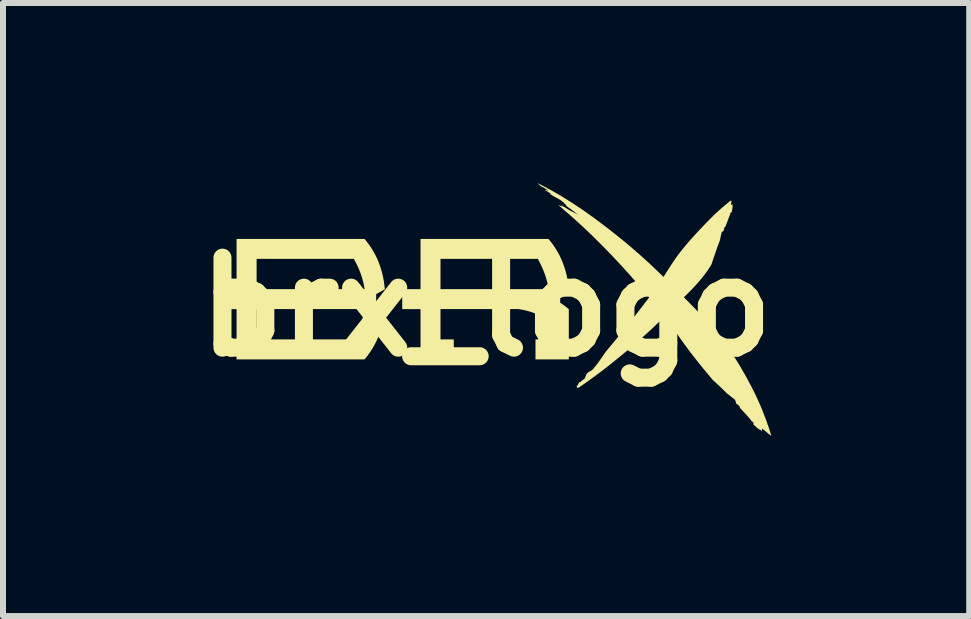
<source format=kicad_pcb>
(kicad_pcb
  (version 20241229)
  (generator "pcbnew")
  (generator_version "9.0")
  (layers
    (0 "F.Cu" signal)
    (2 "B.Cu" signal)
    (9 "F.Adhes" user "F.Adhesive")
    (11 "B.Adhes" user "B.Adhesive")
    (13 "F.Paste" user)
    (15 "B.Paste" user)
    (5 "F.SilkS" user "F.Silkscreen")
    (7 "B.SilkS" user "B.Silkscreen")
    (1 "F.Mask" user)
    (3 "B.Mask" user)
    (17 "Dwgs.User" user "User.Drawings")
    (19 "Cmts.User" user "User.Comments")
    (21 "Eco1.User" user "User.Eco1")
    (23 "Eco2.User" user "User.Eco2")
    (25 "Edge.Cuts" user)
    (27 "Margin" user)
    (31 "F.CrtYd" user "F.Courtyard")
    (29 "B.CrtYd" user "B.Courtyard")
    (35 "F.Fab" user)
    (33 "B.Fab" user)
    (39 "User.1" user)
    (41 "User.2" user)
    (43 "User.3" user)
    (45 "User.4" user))
  (footprint "brx_logo"
    (layer "F.Cu")
    (at 5.05 2.065)
    (property "Reference" "brx_logo" (at 0 0 0) (layer "F.SilkS") (effects (font (size 1.5 1.5) (thickness 0.3))))
    (attr board_only exclude_from_pos_files exclude_from_bom)
    (fp_poly (pts (xy 1.075 -1.09) (xy 1.109 -1.045) (xy 1.141 -0.999) (xy 1.171 -0.952) (xy 1.2 -0.903) (xy 1.226 -0.854) (xy 1.25 -0.803) (xy 1.272 -0.751) (xy 1.292 -0.698) (xy 1.31 -0.644) (xy 1.327 -0.589) (xy 1.341 -0.533) (xy 1.353 -0.475) (xy 1.363 -0.416) (xy 1.372 -0.356) (xy 1.378 -0.295) (xy 1.234 -0.214) (xy 1.234 -0.071) (xy 1.252 -0.059) (xy 1.271 -0.046) (xy 1.289 -0.033) (xy 1.307 -0.02) (xy 1.325 -0.006) (xy 1.343 0.008) (xy 1.36 0.022) (xy 1.378 0.036) (xy 1.378 0.874) (xy 0.823 0.874) (xy 0.823 0.54) (xy 1.045 0.54) (xy 1.045 0.214) (xy 1.013 0.197) (xy 0.981 0.18) (xy 0.95 0.164) (xy 0.918 0.15) (xy 0.887 0.135) (xy 0.855 0.122) (xy 0.823 0.11) (xy 0.792 0.098) (xy 0.76 0.087) (xy 0.729 0.077) (xy 0.697 0.068) (xy 0.666 0.06) (xy 0.634 0.053) (xy 0.603 0.046) (xy 0.571 0.04) (xy 0.54 0.035) (xy -0.76 0.035) (xy -0.76 0.54) (xy -0.539 0.54) (xy -0.539 0.874) (xy -1.093 0.874) (xy -1.093 0.036) (xy -1.398 0.036) (xy -1.398 -0.297) (xy -1.093 -0.297) (xy -0.76 -0.297) (xy 1.04 -0.297) (xy 1.035 -0.328) (xy 1.03 -0.36) (xy 1.023 -0.391) (xy 1.016 -0.423) (xy 1.007 -0.454) (xy 0.998 -0.486) (xy 0.988 -0.517) (xy 0.977 -0.549) (xy 0.966 -0.58) (xy 0.953 -0.612) (xy 0.94 -0.643) (xy 0.926 -0.675) (xy 0.911 -0.706) (xy 0.895 -0.738) (xy 0.879 -0.769) (xy 0.861 -0.801) (xy -0.76 -0.801) (xy -0.76 -0.297) (xy -1.093 -0.297) (xy -1.093 -1.134) (xy 1.039 -1.134)) (stroke (width -0.000001) (type solid)) (fill yes) (layer "F.SilkS"))
    (fp_poly (pts (xy -1.99 -1.09) (xy -1.956 -1.045) (xy -1.924 -0.999) (xy -1.894 -0.952) (xy -1.866 -0.903) (xy -1.839 -0.854) (xy -1.815 -0.803) (xy -1.793 -0.751) (xy -1.773 -0.698) (xy -1.755 -0.644) (xy -1.739 -0.589) (xy -1.724 -0.533) (xy -1.712 -0.475) (xy -1.702 -0.416) (xy -1.694 -0.356) (xy -1.687 -0.295) (xy -1.832 -0.214) (xy -1.832 -0.214) (xy -1.832 -0.046) (xy -1.688 0.035) (xy -1.694 0.096) (xy -1.702 0.156) (xy -1.712 0.214) (xy -1.724 0.272) (xy -1.739 0.328) (xy -1.755 0.383) (xy -1.773 0.437) (xy -1.793 0.49) (xy -1.815 0.542) (xy -1.84 0.593) (xy -1.866 0.643) (xy -1.894 0.691) (xy -1.924 0.738) (xy -1.956 0.785) (xy -1.99 0.83) (xy -2.026 0.874) (xy -4.158 0.874) (xy -4.158 0.54) (xy -3.824 0.54) (xy -2.204 0.54) (xy -2.204 0.54) (xy -2.186 0.509) (xy -2.17 0.477) (xy -2.154 0.446) (xy -2.139 0.414) (xy -2.125 0.382) (xy -2.112 0.351) (xy -2.099 0.319) (xy -2.088 0.288) (xy -2.077 0.256) (xy -2.067 0.224) (xy -2.058 0.193) (xy -2.05 0.161) (xy -2.042 0.13) (xy -2.036 0.098) (xy -2.03 0.067) (xy -2.025 0.035) (xy -3.824 0.035) (xy -3.824 0.54) (xy -4.158 0.54) (xy -4.158 0.036) (xy -4.463 0.036) (xy -4.463 -0.297) (xy -4.158 -0.297) (xy -3.824 -0.297) (xy -2.025 -0.297) (xy -2.03 -0.328) (xy -2.036 -0.36) (xy -2.042 -0.391) (xy -2.05 -0.423) (xy -2.058 -0.454) (xy -2.067 -0.486) (xy -2.077 -0.517) (xy -2.088 -0.549) (xy -2.099 -0.58) (xy -2.112 -0.612) (xy -2.125 -0.643) (xy -2.139 -0.675) (xy -2.154 -0.706) (xy -2.17 -0.738) (xy -2.186 -0.769) (xy -2.204 -0.801) (xy -3.824 -0.801) (xy -3.824 -0.297) (xy -4.158 -0.297) (xy -4.158 -1.134) (xy -2.026 -1.134)) (stroke (width -0.000001) (type solid)) (fill yes) (layer "F.SilkS"))
    (fp_poly (pts (xy 0.894 -2.045) (xy 0.897 -2.044) (xy 0.905 -2.039) (xy 0.998 -1.992) (xy 1.089 -1.942) (xy 1.179 -1.891) (xy 1.269 -1.838) (xy 1.445 -1.727) (xy 1.618 -1.612) (xy 1.788 -1.491) (xy 1.954 -1.367) (xy 2.119 -1.239) (xy 2.281 -1.109) (xy 2.334 -1.066) (xy 2.388 -1.02) (xy 2.497 -0.926) (xy 2.606 -0.83) (xy 2.709 -0.737) (xy 2.957 -0.501) (xy 3.014 -0.592) (xy 3.072 -0.683) (xy 3.102 -0.728) (xy 3.132 -0.773) (xy 3.162 -0.817) (xy 3.193 -0.86) (xy 3.235 -0.915) (xy 3.278 -0.969) (xy 3.322 -1.022) (xy 3.367 -1.075) (xy 3.413 -1.128) (xy 3.459 -1.179) (xy 3.506 -1.23) (xy 3.553 -1.28) (xy 3.614 -1.345) (xy 3.674 -1.408) (xy 3.735 -1.47) (xy 3.796 -1.53) (xy 3.86 -1.59) (xy 3.926 -1.649) (xy 3.995 -1.707) (xy 4.03 -1.736) (xy 4.067 -1.765) (xy 4.069 -1.766) (xy 4.07 -1.767) (xy 4.071 -1.768) (xy 4.073 -1.768) (xy 4.074 -1.769) (xy 4.075 -1.77) (xy 4.077 -1.77) (xy 4.078 -1.77) (xy 4.08 -1.771) (xy 4.081 -1.771) (xy 4.083 -1.771) (xy 4.084 -1.771) (xy 4.086 -1.771) (xy 4.087 -1.771) (xy 4.089 -1.771) (xy 4.09 -1.771) (xy 4.087 -1.753) (xy 4.085 -1.734) (xy 4.082 -1.717) (xy 4.08 -1.708) (xy 4.078 -1.699) (xy 4.08 -1.7) (xy 4.082 -1.701) (xy 4.086 -1.702) (xy 4.093 -1.704) (xy 4.095 -1.704) (xy 4.097 -1.705) (xy 4.099 -1.706) (xy 4.101 -1.707) (xy 4.104 -1.708) (xy 4.106 -1.709) (xy 4.109 -1.711) (xy 4.111 -1.712) (xy 4.111 -1.706) (xy 4.103 -1.695) (xy 4.104 -1.693) (xy 4.104 -1.692) (xy 4.105 -1.69) (xy 4.105 -1.689) (xy 4.106 -1.687) (xy 4.106 -1.686) (xy 4.106 -1.684) (xy 4.107 -1.682) (xy 4.107 -1.681) (xy 4.107 -1.679) (xy 4.107 -1.676) (xy 4.107 -1.673) (xy 4.108 -1.669) (xy 4.106 -1.657) (xy 4.104 -1.645) (xy 4.101 -1.621) (xy 4.098 -1.608) (xy 4.096 -1.602) (xy 4.095 -1.596) (xy 4.094 -1.59) (xy 4.093 -1.585) (xy 4.093 -1.582) (xy 4.092 -1.579) (xy 4.092 -1.577) (xy 4.092 -1.575) (xy 4.091 -1.576) (xy 4.09 -1.576) (xy 4.089 -1.577) (xy 4.088 -1.577) (xy 4.087 -1.578) (xy 4.086 -1.578) (xy 4.085 -1.578) (xy 4.084 -1.578) (xy 4.083 -1.578) (xy 4.083 -1.577) (xy 4.082 -1.577) (xy 4.081 -1.576) (xy 4.08 -1.575) (xy 4.079 -1.575) (xy 4.077 -1.573) (xy 4.075 -1.57) (xy 4.073 -1.568) (xy 4.071 -1.565) (xy 4.069 -1.562) (xy 4.065 -1.556) (xy 4.061 -1.549) (xy 4.073 -1.553) (xy 4.066 -1.54) (xy 4.06 -1.527) (xy 4.049 -1.501) (xy 4.038 -1.473) (xy 4.028 -1.445) (xy 4.008 -1.391) (xy 3.998 -1.366) (xy 3.988 -1.342) (xy 3.988 -1.341) (xy 3.987 -1.34) (xy 3.987 -1.34) (xy 3.987 -1.339) (xy 3.986 -1.338) (xy 3.986 -1.338) (xy 3.985 -1.336) (xy 3.984 -1.335) (xy 3.983 -1.334) (xy 3.982 -1.333) (xy 3.981 -1.332) (xy 3.98 -1.331) (xy 3.979 -1.33) (xy 3.977 -1.33) (xy 3.976 -1.329) (xy 3.975 -1.328) (xy 3.974 -1.328) (xy 3.973 -1.327) (xy 3.972 -1.327) (xy 3.956 -1.264) (xy 3.955 -1.265) (xy 3.954 -1.265) (xy 3.953 -1.266) (xy 3.951 -1.266) (xy 3.95 -1.265) (xy 3.949 -1.265) (xy 3.947 -1.264) (xy 3.946 -1.263) (xy 3.943 -1.26) (xy 3.94 -1.257) (xy 3.935 -1.251) (xy 3.933 -1.248) (xy 3.931 -1.246) (xy 3.929 -1.244) (xy 3.929 -1.243) (xy 3.928 -1.243) (xy 3.927 -1.243) (xy 3.927 -1.244) (xy 3.926 -1.244) (xy 3.926 -1.245) (xy 3.926 -1.247) (xy 3.926 -1.249) (xy 3.926 -1.251) (xy 3.926 -1.254) (xy 3.896 -1.111) (xy 3.878 -1.063) (xy 3.859 -1.013) (xy 3.824 -0.913) (xy 3.789 -0.811) (xy 3.755 -0.708) (xy 3.732 -0.67) (xy 3.707 -0.632) (xy 3.682 -0.595) (xy 3.655 -0.559) (xy 3.628 -0.523) (xy 3.601 -0.488) (xy 3.572 -0.454) (xy 3.543 -0.42) (xy 3.484 -0.353) (xy 3.422 -0.287) (xy 3.359 -0.224) (xy 3.295 -0.161) (xy 3.385 -0.071) (xy 3.473 0.019) (xy 3.561 0.109) (xy 3.604 0.155) (xy 3.647 0.201) (xy 3.695 0.253) (xy 3.743 0.306) (xy 3.79 0.36) (xy 3.835 0.415) (xy 3.923 0.526) (xy 4.007 0.641) (xy 4.088 0.758) (xy 4.165 0.878) (xy 4.239 0.999) (xy 4.31 1.123) (xy 4.356 1.206) (xy 4.401 1.29) (xy 4.445 1.374) (xy 4.487 1.459) (xy 4.527 1.546) (xy 4.566 1.633) (xy 4.603 1.72) (xy 4.637 1.809) (xy 4.669 1.893) (xy 4.699 1.978) (xy 4.713 2.02) (xy 4.727 2.063) (xy 4.74 2.106) (xy 4.753 2.15) (xy 4.753 2.149) (xy 4.712 2.118) (xy 4.674 2.087) (xy 4.655 2.071) (xy 4.637 2.056) (xy 4.619 2.041) (xy 4.601 2.026) (xy 4.601 2.029) (xy 4.6 2.032) (xy 4.599 2.038) (xy 4.598 2.043) (xy 4.597 2.049) (xy 4.597 2.053) (xy 4.596 2.056) (xy 4.596 2.06) (xy 4.596 2.065) (xy 4.597 2.069) (xy 4.597 2.074) (xy 4.598 2.08) (xy 4.599 2.086) (xy 4.581 2.051) (xy 4.577 2.05) (xy 4.572 2.049) (xy 4.568 2.047) (xy 4.563 2.046) (xy 4.559 2.044) (xy 4.555 2.041) (xy 4.55 2.039) (xy 4.546 2.036) (xy 4.537 2.03) (xy 4.528 2.024) (xy 4.52 2.017) (xy 4.511 2.01) (xy 4.495 1.995) (xy 4.479 1.98) (xy 4.472 1.974) (xy 4.465 1.967) (xy 4.458 1.962) (xy 4.451 1.957) (xy 4.45 1.956) (xy 4.451 1.955) (xy 4.453 1.955) (xy 4.454 1.954) (xy 4.455 1.953) (xy 4.456 1.952) (xy 4.457 1.951) (xy 4.457 1.95) (xy 4.458 1.949) (xy 4.458 1.948) (xy 4.458 1.946) (xy 4.458 1.945) (xy 4.458 1.943) (xy 4.458 1.942) (xy 4.457 1.94) (xy 4.456 1.937) (xy 4.455 1.933) (xy 4.453 1.929) (xy 4.451 1.925) (xy 4.449 1.921) (xy 4.444 1.912) (xy 4.438 1.904) (xy 4.436 1.919) (xy 4.425 1.903) (xy 4.414 1.887) (xy 4.402 1.872) (xy 4.389 1.856) (xy 4.376 1.841) (xy 4.363 1.826) (xy 4.336 1.796) (xy 4.283 1.739) (xy 4.258 1.712) (xy 4.246 1.699) (xy 4.235 1.686) (xy 4.233 1.684) (xy 4.232 1.682) (xy 4.231 1.681) (xy 4.23 1.679) (xy 4.229 1.677) (xy 4.228 1.675) (xy 4.227 1.673) (xy 4.227 1.671) (xy 4.226 1.67) (xy 4.226 1.668) (xy 4.226 1.666) (xy 4.226 1.664) (xy 4.225 1.663) (xy 4.225 1.661) (xy 4.225 1.66) (xy 4.226 1.658) (xy 4.159 1.601) (xy 4.161 1.6) (xy 4.162 1.599) (xy 4.163 1.597) (xy 4.164 1.596) (xy 4.164 1.594) (xy 4.164 1.592) (xy 4.164 1.59) (xy 4.163 1.588) (xy 4.162 1.585) (xy 4.162 1.583) (xy 4.159 1.578) (xy 4.157 1.573) (xy 4.155 1.568) (xy 4.152 1.564) (xy 4.151 1.56) (xy 4.15 1.558) (xy 4.149 1.557) (xy 4.149 1.556) (xy 4.149 1.555) (xy 4.15 1.554) (xy 4.15 1.554) (xy 4.151 1.554) (xy 4.153 1.554) (xy 4.155 1.554) (xy 4.157 1.556) (xy 4.16 1.557) (xy 4.163 1.559) (xy 4.009 1.437) (xy 3.981 1.409) (xy 3.953 1.381) (xy 3.924 1.353) (xy 3.895 1.324) (xy 3.865 1.297) (xy 3.835 1.269) (xy 3.774 1.213) (xy 3.636 1.047) (xy 3.567 0.963) (xy 3.5 0.878) (xy 3.433 0.793) (xy 3.368 0.707) (xy 3.304 0.62) (xy 3.24 0.532) (xy 3.176 0.438) (xy 3.109 0.344) (xy 3.042 0.252) (xy 2.973 0.159) (xy 2.96 0.172) (xy 2.947 0.185) (xy 2.934 0.198) (xy 2.921 0.211) (xy 2.853 0.277) (xy 2.784 0.343) (xy 2.713 0.409) (xy 2.642 0.473) (xy 2.498 0.6) (xy 2.354 0.725) (xy 2.157 0.886) (xy 2.058 0.966) (xy 1.958 1.044) (xy 1.856 1.121) (xy 1.754 1.196) (xy 1.651 1.27) (xy 1.546 1.342) (xy 1.544 1.343) (xy 1.543 1.343) (xy 1.542 1.344) (xy 1.541 1.344) (xy 1.539 1.345) (xy 1.538 1.345) (xy 1.537 1.346) (xy 1.536 1.346) (xy 1.534 1.346) (xy 1.533 1.346) (xy 1.532 1.346) (xy 1.531 1.346) (xy 1.529 1.346) (xy 1.528 1.346) (xy 1.527 1.346) (xy 1.525 1.346) (xy 1.524 1.346) (xy 1.523 1.345) (xy 1.522 1.345) (xy 1.521 1.345) (xy 1.519 1.344) (xy 1.518 1.343) (xy 1.517 1.343) (xy 1.516 1.342) (xy 1.515 1.341) (xy 1.514 1.341) (xy 1.513 1.34) (xy 1.512 1.339) (xy 1.511 1.338) (xy 1.51 1.337) (xy 1.509 1.336) (xy 1.509 1.335) (xy 1.508 1.334) (xy 1.508 1.334) (xy 1.508 1.334) (xy 1.508 1.334) (xy 1.508 1.333) (xy 1.508 1.333) (xy 1.507 1.332) (xy 1.507 1.331) (xy 1.507 1.331) (xy 1.507 1.33) (xy 1.506 1.33) (xy 1.51 1.326) (xy 1.513 1.322) (xy 1.515 1.32) (xy 1.516 1.318) (xy 1.518 1.316) (xy 1.519 1.314) (xy 1.532 1.29) (xy 1.539 1.278) (xy 1.542 1.272) (xy 1.545 1.265) (xy 1.545 1.265) (xy 1.545 1.265) (xy 1.546 1.264) (xy 1.546 1.264) (xy 1.546 1.263) (xy 1.546 1.263) (xy 1.547 1.262) (xy 1.547 1.262) (xy 1.547 1.262) (xy 1.547 1.261) (xy 1.548 1.261) (xy 1.549 1.26) (xy 1.549 1.259) (xy 1.552 1.256) (xy 1.553 1.255) (xy 1.554 1.254) (xy 1.556 1.254) (xy 1.557 1.253) (xy 1.559 1.252) (xy 1.56 1.252) (xy 1.561 1.251) (xy 1.563 1.251) (xy 1.565 1.251) (xy 1.566 1.251) (xy 1.568 1.251) (xy 1.569 1.251) (xy 1.571 1.251) (xy 1.573 1.251) (xy 1.574 1.251) (xy 1.576 1.251) (xy 1.58 1.245) (xy 1.581 1.243) (xy 1.583 1.24) (xy 1.584 1.238) (xy 1.586 1.236) (xy 1.587 1.235) (xy 1.588 1.233) (xy 1.59 1.232) (xy 1.591 1.231) (xy 1.592 1.23) (xy 1.593 1.229) (xy 1.596 1.227) (xy 1.598 1.226) (xy 1.603 1.223) (xy 1.606 1.221) (xy 1.609 1.219) (xy 1.613 1.217) (xy 1.615 1.215) (xy 1.617 1.214) (xy 1.619 1.212) (xy 1.622 1.21) (xy 1.624 1.207) (xy 1.627 1.205) (xy 1.628 1.205) (xy 1.63 1.205) (xy 1.631 1.204) (xy 1.632 1.203) (xy 1.634 1.202) (xy 1.635 1.201) (xy 1.638 1.197) (xy 1.641 1.193) (xy 1.644 1.188) (xy 1.647 1.182) (xy 1.65 1.175) (xy 1.656 1.162) (xy 1.661 1.148) (xy 1.672 1.121) (xy 1.693 1.096) (xy 1.699 1.092) (xy 1.705 1.088) (xy 1.71 1.084) (xy 1.716 1.081) (xy 1.74 1.067) (xy 1.746 1.064) (xy 1.751 1.061) (xy 1.757 1.057) (xy 1.762 1.053) (xy 1.768 1.049) (xy 1.773 1.044) (xy 1.778 1.039) (xy 1.78 1.036) (xy 1.783 1.033) (xy 1.797 1.017) (xy 1.811 1) (xy 1.839 0.965) (xy 1.866 0.93) (xy 1.892 0.893) (xy 1.991 0.75) (xy 2.154 0.553) (xy 2.316 0.355) (xy 2.475 0.155) (xy 2.631 -0.047) (xy 2.675 -0.104) (xy 2.697 -0.132) (xy 2.718 -0.161) (xy 2.68 -0.206) (xy 2.642 -0.251) (xy 2.604 -0.295) (xy 2.565 -0.339) (xy 2.414 -0.512) (xy 2.259 -0.683) (xy 2.102 -0.851) (xy 1.941 -1.017) (xy 1.778 -1.179) (xy 1.611 -1.338) (xy 1.441 -1.493) (xy 1.267 -1.644) (xy 1.236 -1.67) (xy 1.204 -1.697) (xy 1.211 -1.695) (xy 1.217 -1.693) (xy 1.228 -1.69) (xy 1.236 -1.687) (xy 1.239 -1.686) (xy 1.241 -1.686) (xy 1.246 -1.682) (xy 1.247 -1.682) (xy 1.249 -1.681) (xy 1.25 -1.68) (xy 1.251 -1.68) (xy 1.253 -1.679) (xy 1.254 -1.679) (xy 1.255 -1.678) (xy 1.256 -1.678) (xy 1.257 -1.678) (xy 1.258 -1.677) (xy 1.259 -1.677) (xy 1.26 -1.677) (xy 1.261 -1.677) (xy 1.262 -1.677) (xy 1.262 -1.677) (xy 1.263 -1.677) (xy 1.264 -1.677) (xy 1.264 -1.677) (xy 1.264 -1.677) (xy 1.265 -1.677) (xy 1.265 -1.677) (xy 1.265 -1.677) (xy 1.265 -1.677) (xy 1.265 -1.677) (xy 1.265 -1.677) (xy 1.265 -1.677) (xy 1.265 -1.677) (xy 1.265 -1.678) (xy 1.265 -1.678) (xy 1.265 -1.678) (xy 1.265 -1.678) (xy 1.265 -1.679) (xy 1.264 -1.679) (xy 1.264 -1.679) (xy 1.263 -1.68) (xy 1.262 -1.68) (xy 1.281 -1.671) (xy 1.279 -1.671) (xy 1.297 -1.662) (xy 1.297 -1.662) (xy 1.297 -1.662) (xy 1.298 -1.662) (xy 1.298 -1.661) (xy 1.298 -1.661) (xy 1.298 -1.661) (xy 1.298 -1.661) (xy 1.298 -1.661) (xy 1.298 -1.661) (xy 1.298 -1.661) (xy 1.299 -1.661) (xy 1.299 -1.661) (xy 1.299 -1.661) (xy 1.298 -1.662) (xy 1.291 -1.667) (xy 1.283 -1.672) (xy 1.276 -1.677) (xy 1.269 -1.682) (xy 1.262 -1.687) (xy 1.255 -1.692) (xy 1.248 -1.698) (xy 1.242 -1.703) (xy 1.244 -1.702) (xy 1.247 -1.701) (xy 1.25 -1.699) (xy 1.253 -1.698) (xy 1.259 -1.694) (xy 1.266 -1.69) (xy 1.279 -1.682) (xy 1.285 -1.679) (xy 1.288 -1.677) (xy 1.29 -1.676) (xy 1.293 -1.674) (xy 1.296 -1.671) (xy 1.303 -1.666) (xy 1.311 -1.661) (xy 1.32 -1.655) (xy 1.358 -1.631) (xy 1.365 -1.626) (xy 1.38 -1.617) (xy 1.38 -1.617) (xy 1.384 -1.615) (xy 1.388 -1.613) (xy 1.392 -1.61) (xy 1.397 -1.608) (xy 1.406 -1.603) (xy 1.409 -1.601) (xy 1.412 -1.599) (xy 1.415 -1.598) (xy 1.42 -1.596) (xy 1.431 -1.59) (xy 1.445 -1.583) (xy 1.458 -1.577) (xy 1.457 -1.577) (xy 1.457 -1.577) (xy 1.456 -1.577) (xy 1.456 -1.577) (xy 1.456 -1.577) (xy 1.456 -1.577) (xy 1.456 -1.577) (xy 1.457 -1.577) (xy 1.457 -1.576) (xy 1.458 -1.576) (xy 1.46 -1.575) (xy 1.462 -1.573) (xy 1.466 -1.571) (xy 1.466 -1.571) (xy 1.467 -1.571) (xy 1.467 -1.571) (xy 1.468 -1.57) (xy 1.469 -1.569) (xy 1.471 -1.569) (xy 1.474 -1.567) (xy 1.476 -1.565) (xy 1.478 -1.565) (xy 1.479 -1.564) (xy 1.483 -1.562) (xy 1.486 -1.56) (xy 1.489 -1.559) (xy 1.491 -1.558) (xy 1.492 -1.557) (xy 1.493 -1.557) (xy 1.493 -1.557) (xy 1.493 -1.557) (xy 1.493 -1.557) (xy 1.493 -1.557) (xy 1.493 -1.557) (xy 1.493 -1.557) (xy 1.493 -1.557) (xy 1.493 -1.557) (xy 1.492 -1.558) (xy 1.493 -1.558) (xy 1.493 -1.558) (xy 1.493 -1.558) (xy 1.493 -1.558) (xy 1.493 -1.558) (xy 1.493 -1.558) (xy 1.493 -1.558) (xy 1.492 -1.558) (xy 1.492 -1.558) (xy 1.492 -1.558) (xy 1.491 -1.559) (xy 1.491 -1.559) (xy 1.49 -1.56) (xy 1.489 -1.56) (xy 1.498 -1.555) (xy 1.502 -1.554) (xy 1.505 -1.552) (xy 1.512 -1.549) (xy 1.518 -1.545) (xy 1.523 -1.542) (xy 1.528 -1.54) (xy 1.532 -1.537) (xy 1.537 -1.534) (xy 1.538 -1.534) (xy 1.534 -1.537) (xy 1.533 -1.537) (xy 1.533 -1.538) (xy 1.532 -1.538) (xy 1.531 -1.539) (xy 1.531 -1.539) (xy 1.53 -1.54) (xy 1.529 -1.541) (xy 1.526 -1.543) (xy 1.49 -1.569) (xy 1.487 -1.571) (xy 1.482 -1.576) (xy 1.474 -1.583) (xy 1.464 -1.591) (xy 1.462 -1.593) (xy 1.46 -1.594) (xy 1.458 -1.595) (xy 1.457 -1.596) (xy 1.456 -1.597) (xy 1.455 -1.597) (xy 1.455 -1.597) (xy 1.455 -1.597) (xy 1.455 -1.597) (xy 1.454 -1.598) (xy 1.454 -1.598) (xy 1.454 -1.598) (xy 1.454 -1.598) (xy 1.454 -1.598) (xy 1.454 -1.598) (xy 1.454 -1.598) (xy 1.454 -1.597) (xy 1.453 -1.597) (xy 1.453 -1.597) (xy 1.453 -1.597) (xy 1.453 -1.597) (xy 1.453 -1.597) (xy 1.453 -1.597) (xy 1.453 -1.597) (xy 1.452 -1.598) (xy 1.449 -1.6) (xy 1.446 -1.603) (xy 1.443 -1.605) (xy 1.439 -1.608) (xy 1.438 -1.609) (xy 1.437 -1.61) (xy 1.435 -1.611) (xy 1.435 -1.612) (xy 1.434 -1.613) (xy 1.434 -1.613) (xy 1.434 -1.614) (xy 1.433 -1.614) (xy 1.434 -1.614) (xy 1.434 -1.614) (xy 1.434 -1.614) (xy 1.432 -1.615) (xy 1.43 -1.616) (xy 1.428 -1.618) (xy 1.426 -1.619) (xy 1.424 -1.62) (xy 1.423 -1.621) (xy 1.42 -1.624) (xy 1.417 -1.627) (xy 1.413 -1.63) (xy 1.411 -1.631) (xy 1.409 -1.633) (xy 1.407 -1.635) (xy 1.405 -1.636) (xy 1.403 -1.637) (xy 1.401 -1.638) (xy 1.4 -1.639) (xy 1.4 -1.639) (xy 1.399 -1.639) (xy 1.399 -1.639) (xy 1.399 -1.639) (xy 1.399 -1.639) (xy 1.399 -1.639) (xy 1.399 -1.639) (xy 1.4 -1.638) (xy 1.4 -1.638) (xy 1.4 -1.638) (xy 1.4 -1.638) (xy 1.4 -1.638) (xy 1.4 -1.638) (xy 1.399 -1.638) (xy 1.399 -1.638) (xy 1.398 -1.639) (xy 1.396 -1.64) (xy 1.383 -1.65) (xy 1.369 -1.66) (xy 1.355 -1.67) (xy 1.343 -1.679) (xy 1.328 -1.698) (xy 1.329 -1.698) (xy 1.33 -1.698) (xy 1.332 -1.697) (xy 1.334 -1.697) (xy 1.335 -1.697) (xy 1.335 -1.697) (xy 1.336 -1.697) (xy 1.337 -1.697) (xy 1.338 -1.697) (xy 1.339 -1.697) (xy 1.334 -1.701) (xy 1.329 -1.705) (xy 1.323 -1.709) (xy 1.317 -1.713) (xy 1.315 -1.715) (xy 1.312 -1.717) (xy 1.31 -1.72) (xy 1.307 -1.722) (xy 1.305 -1.724) (xy 1.303 -1.726) (xy 1.301 -1.728) (xy 1.299 -1.73) (xy 1.3 -1.73) (xy 1.3 -1.73) (xy 1.3 -1.73) (xy 1.301 -1.73) (xy 1.301 -1.73) (xy 1.301 -1.73) (xy 1.301 -1.73) (xy 1.301 -1.73) (xy 1.302 -1.731) (xy 1.302 -1.731) (xy 1.302 -1.731) (xy 1.302 -1.732) (xy 1.302 -1.732) (xy 1.302 -1.732) (xy 1.303 -1.732) (xy 1.303 -1.732) (xy 1.303 -1.732) (xy 1.303 -1.732) (xy 1.304 -1.732) (xy 1.304 -1.732) (xy 1.304 -1.732) (xy 1.305 -1.732) (xy 1.305 -1.731) (xy 1.306 -1.731) (xy 1.307 -1.73) (xy 1.309 -1.729) (xy 1.292 -1.743) (xy 1.291 -1.743) (xy 1.291 -1.743) (xy 1.29 -1.744) (xy 1.29 -1.744) (xy 1.289 -1.744) (xy 1.289 -1.744) (xy 1.289 -1.744) (xy 1.289 -1.744) (xy 1.289 -1.744) (xy 1.289 -1.744) (xy 1.289 -1.744) (xy 1.289 -1.743) (xy 1.289 -1.743) (xy 1.289 -1.743) (xy 1.289 -1.743) (xy 1.289 -1.743) (xy 1.289 -1.743) (xy 1.289 -1.743) (xy 1.289 -1.742) (xy 1.29 -1.742) (xy 1.29 -1.742) (xy 1.291 -1.741) (xy 1.291 -1.74) (xy 1.29 -1.741) (xy 1.288 -1.742) (xy 1.286 -1.743) (xy 1.285 -1.744) (xy 1.283 -1.745) (xy 1.282 -1.746) (xy 1.28 -1.748) (xy 1.279 -1.749) (xy 1.277 -1.75) (xy 1.276 -1.751) (xy 1.275 -1.752) (xy 1.274 -1.753) (xy 1.273 -1.755) (xy 1.271 -1.756) (xy 1.27 -1.757) (xy 1.269 -1.758) (xy 1.269 -1.758) (xy 1.269 -1.759) (xy 1.269 -1.759) (xy 1.268 -1.759) (xy 1.267 -1.76) (xy 1.266 -1.761) (xy 1.264 -1.763) (xy 1.262 -1.764) (xy 1.26 -1.766) (xy 1.257 -1.767) (xy 1.257 -1.768) (xy 1.257 -1.768) (xy 1.257 -1.768) (xy 1.257 -1.768) (xy 1.257 -1.768) (xy 1.257 -1.768) (xy 1.257 -1.768) (xy 1.257 -1.768) (xy 1.256 -1.768) (xy 1.256 -1.768) (xy 1.256 -1.768) (xy 1.256 -1.769) (xy 1.256 -1.769) (xy 1.256 -1.769) (xy 1.256 -1.769) (xy 1.254 -1.77) (xy 1.252 -1.772) (xy 1.247 -1.776) (xy 1.238 -1.781) (xy 1.228 -1.788) (xy 1.216 -1.795) (xy 1.203 -1.802) (xy 1.175 -1.818) (xy 1.147 -1.833) (xy 1.134 -1.84) (xy 1.122 -1.847) (xy 1.117 -1.85) (xy 1.112 -1.853) (xy 1.108 -1.855) (xy 1.104 -1.858) (xy 1.101 -1.86) (xy 1.099 -1.862) (xy 1.098 -1.863) (xy 1.097 -1.863) (xy 1.097 -1.864) (xy 1.097 -1.865) (xy 1.093 -1.867) (xy 1.091 -1.868) (xy 1.089 -1.869) (xy 1.087 -1.87) (xy 1.085 -1.871) (xy 1.084 -1.872) (xy 1.082 -1.873) (xy 1.081 -1.873) (xy 1.08 -1.874) (xy 1.079 -1.874) (xy 1.078 -1.874) (xy 1.078 -1.874) (xy 1.077 -1.874) (xy 1.077 -1.874) (xy 1.076 -1.874) (xy 1.076 -1.874) (xy 1.076 -1.874) (xy 1.075 -1.874) (xy 1.075 -1.873) (xy 1.075 -1.873) (xy 1.075 -1.873) (xy 1.075 -1.872) (xy 1.073 -1.873) (xy 1.072 -1.874) (xy 1.071 -1.875) (xy 1.071 -1.876) (xy 1.07 -1.877) (xy 1.07 -1.877) (xy 1.07 -1.878) (xy 1.07 -1.878) (xy 1.07 -1.879) (xy 1.07 -1.879) (xy 1.07 -1.879) (xy 1.071 -1.88) (xy 1.072 -1.88) (xy 1.073 -1.881) (xy 1.074 -1.881) (xy 1.075 -1.881) (xy 1.076 -1.882) (xy 1.076 -1.882) (xy 1.076 -1.882) (xy 1.077 -1.883) (xy 1.077 -1.883) (xy 1.077 -1.883) (xy 1.077 -1.884) (xy 1.077 -1.885) (xy 1.077 -1.885) (xy 1.076 -1.886) (xy 1.076 -1.887) (xy 1.075 -1.888) (xy 1.075 -1.888) (xy 1.075 -1.888) (xy 1.075 -1.888) (xy 1.075 -1.888) (xy 1.075 -1.888) (xy 1.075 -1.888) (xy 1.075 -1.888) (xy 1.074 -1.887) (xy 1.074 -1.887) (xy 1.074 -1.887) (xy 1.074 -1.887) (xy 1.074 -1.887) (xy 1.074 -1.887) (xy 1.074 -1.887) (xy 1.074 -1.887) (xy 1.074 -1.887) (xy 1.074 -1.887) (xy 1.073 -1.887) (xy 1.073 -1.887) (xy 1.073 -1.887) (xy 1.073 -1.887) (xy 1.073 -1.887) (xy 1.072 -1.887) (xy 1.072 -1.888) (xy 1.072 -1.888) (xy 1.071 -1.888) (xy 1.071 -1.888) (xy 1.063 -1.901) (xy 1.058 -1.903) (xy 1.052 -1.905) (xy 1.046 -1.908) (xy 1.041 -1.911) (xy 1.035 -1.915) (xy 1.029 -1.919) (xy 1.017 -1.926) (xy 1.005 -1.934) (xy 1 -1.938) (xy 0.994 -1.941) (xy 0.987 -1.944) (xy 0.981 -1.946) (xy 0.975 -1.949) (xy 0.972 -1.95) (xy 0.969 -1.95) (xy 0.974 -1.951) (xy 0.978 -1.951) (xy 0.983 -1.951) (xy 0.988 -1.951) (xy 0.991 -1.951) (xy 0.994 -1.951) (xy 0.997 -1.951) (xy 1 -1.951) (xy 1.004 -1.95) (xy 1.007 -1.949) (xy 1.011 -1.948) (xy 1.014 -1.947) (xy 1.016 -1.943) (xy 1.017 -1.943) (xy 1.018 -1.942) (xy 1.02 -1.942) (xy 1.023 -1.941) (xy 1.025 -1.94) (xy 1.027 -1.939) (xy 1.028 -1.939) (xy 1.03 -1.939) (xy 1.031 -1.938) (xy 1.032 -1.938) (xy 1.033 -1.938) (xy 1.033 -1.938) (xy 1.034 -1.938) (xy 1.035 -1.938) (xy 1.035 -1.938) (xy 1.036 -1.939) (xy 1.036 -1.939) (xy 1.036 -1.939) (xy 1.036 -1.94) (xy 1.034 -1.942) (xy 1.031 -1.945) (xy 1.028 -1.947) (xy 1.026 -1.949) (xy 1.023 -1.951) (xy 1.02 -1.953) (xy 1.017 -1.955) (xy 1.014 -1.957) (xy 1.011 -1.959) (xy 1.008 -1.96) (xy 1.005 -1.962) (xy 1.002 -1.963) (xy 0.999 -1.965) (xy 0.995 -1.966) (xy 0.992 -1.968) (xy 0.988 -1.969) (xy 0.985 -1.974) (xy 0.908 -2.015) (xy 0.871 -2.05) (xy 0.855 -2.065)) (stroke (width -0.000001) (type solid)) (fill yes) (layer "F.SilkS")))
  (gr_rect
    (start -3 -3)
    (end 13.1 7.215)
    (stroke (width 0.1) (type default))
    (fill no)
    (layer "Edge.Cuts")))
</source>
